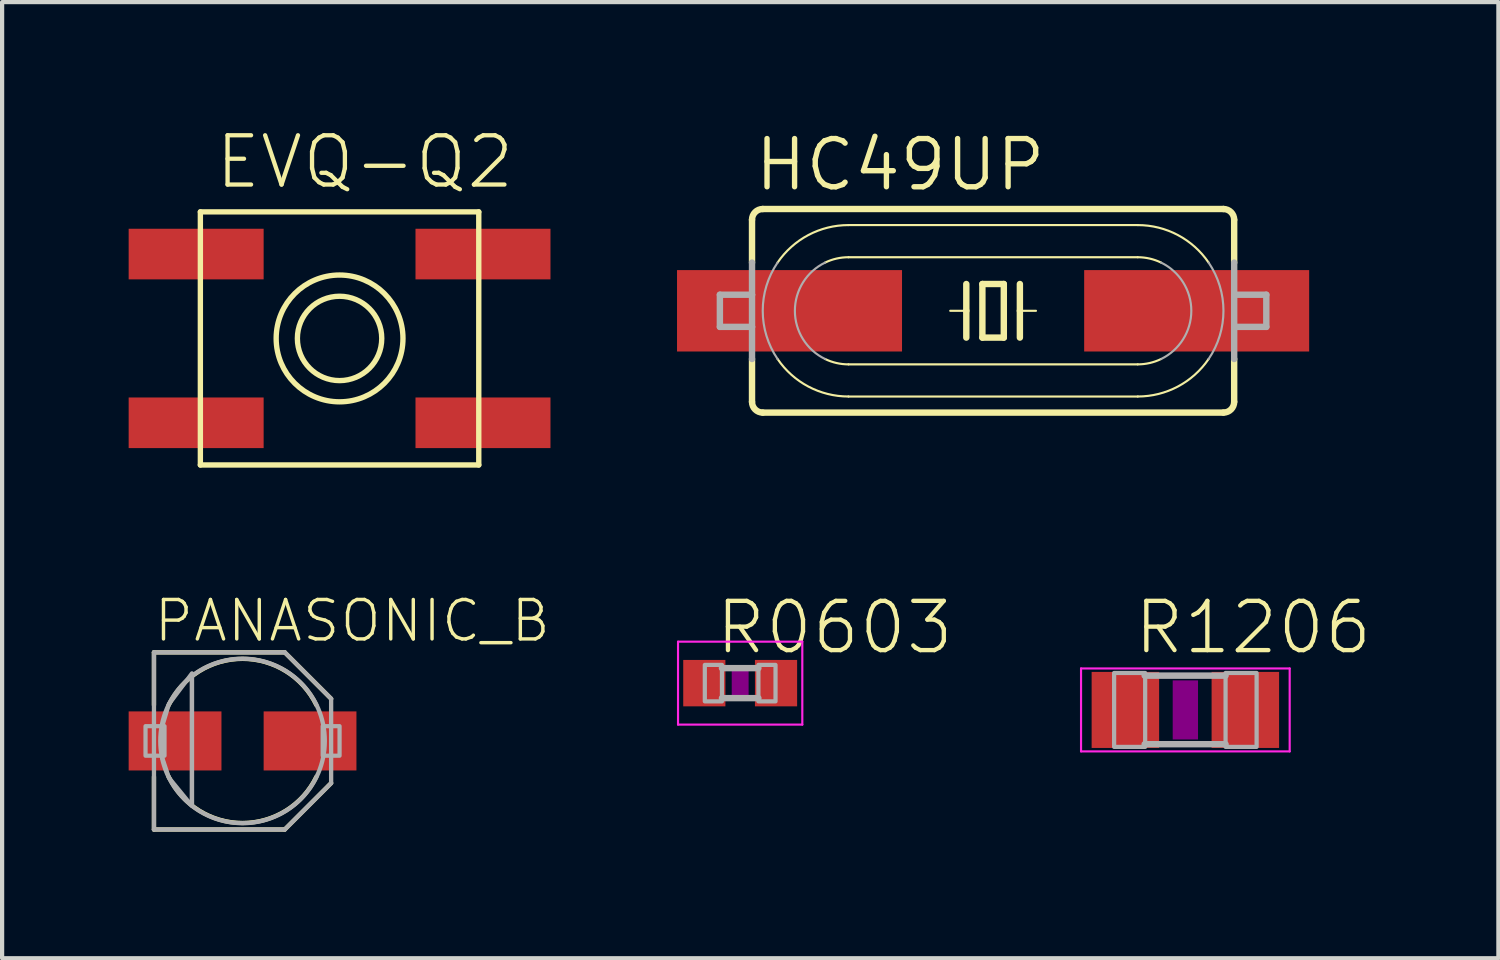
<source format=kicad_pcb>
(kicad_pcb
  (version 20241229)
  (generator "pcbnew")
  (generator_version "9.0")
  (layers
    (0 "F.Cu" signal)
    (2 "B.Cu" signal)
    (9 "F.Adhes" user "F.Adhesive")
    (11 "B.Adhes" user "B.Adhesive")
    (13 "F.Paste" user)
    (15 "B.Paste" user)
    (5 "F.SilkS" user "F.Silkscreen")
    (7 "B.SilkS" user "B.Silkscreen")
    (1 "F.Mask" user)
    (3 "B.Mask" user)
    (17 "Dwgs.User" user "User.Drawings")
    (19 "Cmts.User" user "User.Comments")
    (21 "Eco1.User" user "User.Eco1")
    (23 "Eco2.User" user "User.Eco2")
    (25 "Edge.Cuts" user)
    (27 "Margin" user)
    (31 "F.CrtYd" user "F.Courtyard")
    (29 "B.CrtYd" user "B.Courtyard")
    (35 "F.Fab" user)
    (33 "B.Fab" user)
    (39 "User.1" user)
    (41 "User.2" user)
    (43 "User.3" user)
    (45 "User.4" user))
  (footprint "PANASONIC_B"
    (layer "F.Cu")
    (at 2.7 14.515)
    (property "Reference" "PANASONIC_B" (at -2.15 -2.3 0) (layer "F.SilkS") (effects (font (size 0.935 0.935) (thickness 0.081)) (justify left bottom)))
    (fp_line (start -2.1 -2.1) (end 1 -2.1) (stroke (width 0.102) (type solid)) (layer "F.SilkS"))
    (fp_line (start -2.1 -0.85) (end -2.1 -2.1) (stroke (width 0.102) (type solid)) (layer "F.SilkS"))
    (fp_line (start -2.1 2.1) (end -2.1 0.85) (stroke (width 0.102) (type solid)) (layer "F.SilkS"))
    (fp_line (start 1 -2.1) (end 2.1 -1) (stroke (width 0.102) (type solid)) (layer "F.SilkS"))
    (fp_line (start 1 2.1) (end -2.1 2.1) (stroke (width 0.102) (type solid)) (layer "F.SilkS"))
    (fp_line (start 2.1 1) (end 1 2.1) (stroke (width 0.102) (type solid)) (layer "F.SilkS"))
    (fp_arc (start -1.75 -0.85) (mid 0 -1.945508) (end 1.75 -0.85) (stroke (width 0.1016) (type solid)) (layer "F.SilkS"))
    (fp_arc (start 1.75 0.85) (mid 0 1.945508) (end -1.75 0.85) (stroke (width 0.1016) (type solid)) (layer "F.SilkS"))
    (fp_line (start -2.1 -2.1) (end 1 -2.1) (stroke (width 0.102) (type solid)) (layer "F.Fab"))
    (fp_line (start -2.1 2.1) (end -2.1 -2.1) (stroke (width 0.102) (type solid)) (layer "F.Fab"))
    (fp_line (start -1.2 -1.5) (end -1.2 1.5) (stroke (width 0.102) (type solid)) (layer "F.Fab"))
    (fp_line (start 1 -2.1) (end 2.1 -1) (stroke (width 0.102) (type solid)) (layer "F.Fab"))
    (fp_line (start 1 2.1) (end -2.1 2.1) (stroke (width 0.102) (type solid)) (layer "F.Fab"))
    (fp_line (start 2.1 -1) (end 2.1 1) (stroke (width 0.102) (type solid)) (layer "F.Fab"))
    (fp_line (start 2.1 1) (end 1 2.1) (stroke (width 0.102) (type solid)) (layer "F.Fab"))
    (fp_circle (center 0 0) (end 1.95 0) (stroke (width 0.102) (type solid)) (fill no) (layer "F.Fab"))
    (fp_poly (pts (xy -2.3 0.35) (xy -1.85 0.35) (xy -1.85 -0.35) (xy -2.3 -0.35)) (stroke (width 0.1) (type solid)) (fill no) (layer "F.Fab"))
    (fp_poly (pts (xy 1.9 0.35) (xy 2.3 0.35) (xy 2.3 -0.35) (xy 1.9 -0.35)) (stroke (width 0.1) (type solid)) (fill no) (layer "F.Fab"))
    (fp_poly (pts (xy -1.199 1.542) (xy -1.745 0.875) (xy -1.901 0.408) (xy -1.901 -0.357) (xy -1.746 -0.873) (xy -1.199 -1.602)) (stroke (width 0.1) (type solid)) (fill no) (layer "F.Fab"))
    (pad "+" smd rect (at 1.6 0) (size 2.2 1.4) (layers "F.Cu" "F.Mask" "F.Paste"))
    (pad "-" smd rect (at -1.6 0) (size 2.2 1.4) (layers "F.Cu" "F.Mask" "F.Paste")))
  (footprint "R0603"
    (layer "F.Cu")
    (at 14.497 13.145)
    (property "Reference" "R0603" (at -0.635 -0.635 0) (layer "F.SilkS") (effects (font (size 1.168 1.168) (thickness 0.102)) (justify left bottom)))
    (fp_poly (pts (xy -0.2 0.4) (xy 0.2 0.4) (xy 0.2 -0.4) (xy -0.2 -0.4)) (stroke (width 0) (type solid)) (fill yes) (layer "F.Adhes"))
    (fp_line (start -1.473 -0.983) (end 1.473 -0.983) (stroke (width 0.051) (type solid)) (layer "F.CrtYd"))
    (fp_line (start -1.473 0.983) (end -1.473 -0.983) (stroke (width 0.051) (type solid)) (layer "F.CrtYd"))
    (fp_line (start 1.473 -0.983) (end 1.473 0.983) (stroke (width 0.051) (type solid)) (layer "F.CrtYd"))
    (fp_line (start 1.473 0.983) (end -1.473 0.983) (stroke (width 0.051) (type solid)) (layer "F.CrtYd"))
    (fp_line (start -0.432 0.356) (end 0.432 0.356) (stroke (width 0.152) (type solid)) (layer "F.Fab"))
    (fp_line (start 0.432 -0.356) (end -0.432 -0.356) (stroke (width 0.152) (type solid)) (layer "F.Fab"))
    (fp_poly (pts (xy -0.838 0.432) (xy -0.432 0.432) (xy -0.432 -0.432) (xy -0.838 -0.432)) (stroke (width 0.1) (type solid)) (fill no) (layer "F.Fab"))
    (fp_poly (pts (xy 0.432 0.432) (xy 0.838 0.432) (xy 0.838 -0.432) (xy 0.432 -0.432)) (stroke (width 0.1) (type solid)) (fill no) (layer "F.Fab"))
    (pad "1" smd rect (at -0.85 0) (size 1 1.1) (layers "F.Cu" "F.Mask" "F.Paste"))
    (pad "2" smd rect (at 0.85 0) (size 1 1.1) (layers "F.Cu" "F.Mask" "F.Paste")))
  (footprint "HC49UP"
    (layer "F.Cu")
    (at 20.493 4.318)
    (property "Reference" "HC49UP" (at -5.715 -2.794 0) (layer "F.SilkS") (effects (font (size 1.143 1.143) (thickness 0.127)) (justify left bottom)))
    (fp_line (start -5.715 -1.143) (end -5.715 -2.159) (stroke (width 0.152) (type solid)) (layer "F.SilkS"))
    (fp_line (start -5.715 2.159) (end -5.715 1.143) (stroke (width 0.152) (type solid)) (layer "F.SilkS"))
    (fp_line (start -3.429 -2.032) (end 3.429 -2.032) (stroke (width 0.051) (type solid)) (layer "F.SilkS"))
    (fp_line (start -3.429 -1.27) (end 3.429 -1.27) (stroke (width 0.051) (type solid)) (layer "F.SilkS"))
    (fp_line (start -0.635 -0.635) (end -0.635 0) (stroke (width 0.152) (type solid)) (layer "F.SilkS"))
    (fp_line (start -0.635 0) (end -1.016 0) (stroke (width 0.051) (type solid)) (layer "F.SilkS"))
    (fp_line (start -0.635 0) (end -0.635 0.635) (stroke (width 0.152) (type solid)) (layer "F.SilkS"))
    (fp_line (start -0.254 -0.635) (end -0.254 0.635) (stroke (width 0.152) (type solid)) (layer "F.SilkS"))
    (fp_line (start -0.254 0.635) (end 0.254 0.635) (stroke (width 0.152) (type solid)) (layer "F.SilkS"))
    (fp_line (start 0.254 -0.635) (end -0.254 -0.635) (stroke (width 0.152) (type solid)) (layer "F.SilkS"))
    (fp_line (start 0.254 0.635) (end 0.254 -0.635) (stroke (width 0.152) (type solid)) (layer "F.SilkS"))
    (fp_line (start 0.635 -0.635) (end 0.635 0) (stroke (width 0.152) (type solid)) (layer "F.SilkS"))
    (fp_line (start 0.635 0) (end 0.635 0.635) (stroke (width 0.152) (type solid)) (layer "F.SilkS"))
    (fp_line (start 0.635 0) (end 1.016 0) (stroke (width 0.051) (type solid)) (layer "F.SilkS"))
    (fp_line (start 3.429 1.27) (end -3.429 1.27) (stroke (width 0.051) (type solid)) (layer "F.SilkS"))
    (fp_line (start 3.429 2.032) (end -3.429 2.032) (stroke (width 0.051) (type solid)) (layer "F.SilkS"))
    (fp_line (start 5.461 -2.413) (end -5.461 -2.413) (stroke (width 0.152) (type solid)) (layer "F.SilkS"))
    (fp_line (start 5.461 2.413) (end -5.461 2.413) (stroke (width 0.152) (type solid)) (layer "F.SilkS"))
    (fp_line (start 5.715 -1.143) (end 5.715 -2.159) (stroke (width 0.152) (type solid)) (layer "F.SilkS"))
    (fp_line (start 5.715 2.159) (end 5.715 1.143) (stroke (width 0.152) (type solid)) (layer "F.SilkS"))
    (fp_arc (start -5.715 -2.159) (mid -5.640605 -2.338605) (end -5.461 -2.413) (stroke (width 0.1524) (type solid)) (layer "F.SilkS"))
    (fp_arc (start -5.461 2.413) (mid -5.640605 2.338605) (end -5.715 2.159) (stroke (width 0.1524) (type solid)) (layer "F.SilkS"))
    (fp_arc (start -5.1091 -1.143) (mid -4.379417 -1.796107) (end -3.429 -2.032101) (stroke (width 0.0508) (type solid)) (layer "F.SilkS"))
    (fp_arc (start -3.9826 -1.143) (mid -3.712991 -1.237845) (end -3.429 -1.27) (stroke (width 0.0508) (type solid)) (layer "F.SilkS"))
    (fp_arc (start -3.429 1.27) (mid -3.712991 1.237845) (end -3.9826 1.143) (stroke (width 0.0508) (type solid)) (layer "F.SilkS"))
    (fp_arc (start -3.429 2.032001) (mid -4.379408 1.796063) (end -5.1091 1.143) (stroke (width 0.0508) (type solid)) (layer "F.SilkS"))
    (fp_arc (start 3.429 -2.032) (mid 4.379408 -1.796062) (end 5.1091 -1.142999) (stroke (width 0.0508) (type solid)) (layer "F.SilkS"))
    (fp_arc (start 3.429 -1.27) (mid 3.712991 -1.237845) (end 3.9826 -1.143) (stroke (width 0.0508) (type solid)) (layer "F.SilkS"))
    (fp_arc (start 3.9826 1.143) (mid 3.712991 1.237845) (end 3.429 1.27) (stroke (width 0.0508) (type solid)) (layer "F.SilkS"))
    (fp_arc (start 5.109 1.142899) (mid 4.379368 1.795994) (end 3.429 2.032) (stroke (width 0.0508) (type solid)) (layer "F.SilkS"))
    (fp_arc (start 5.461 -2.413) (mid 5.640605 -2.338605) (end 5.715 -2.159) (stroke (width 0.1524) (type solid)) (layer "F.SilkS"))
    (fp_arc (start 5.715 2.159) (mid 5.640605 2.338605) (end 5.461 2.413) (stroke (width 0.1524) (type solid)) (layer "F.SilkS"))
    (fp_line (start -6.477 0.381) (end -6.477 -0.381) (stroke (width 0.152) (type solid)) (layer "F.Fab"))
    (fp_line (start -5.715 -0.381) (end -6.477 -0.381) (stroke (width 0.152) (type solid)) (layer "F.Fab"))
    (fp_line (start -5.715 -0.381) (end -5.715 -1.143) (stroke (width 0.152) (type solid)) (layer "F.Fab"))
    (fp_line (start -5.715 0.381) (end -6.477 0.381) (stroke (width 0.152) (type solid)) (layer "F.Fab"))
    (fp_line (start -5.715 0.381) (end -5.715 -0.381) (stroke (width 0.152) (type solid)) (layer "F.Fab"))
    (fp_line (start -5.715 1.143) (end -5.715 0.381) (stroke (width 0.152) (type solid)) (layer "F.Fab"))
    (fp_line (start 5.715 -0.381) (end 6.477 -0.381) (stroke (width 0.152) (type solid)) (layer "F.Fab"))
    (fp_line (start 5.715 0.381) (end 6.477 0.381) (stroke (width 0.152) (type solid)) (layer "F.Fab"))
    (fp_line (start 5.715 1.143) (end 5.715 -1.143) (stroke (width 0.152) (type solid)) (layer "F.Fab"))
    (fp_line (start 6.477 0.381) (end 6.477 -0.381) (stroke (width 0.152) (type solid)) (layer "F.Fab"))
    (fp_arc (start -5.1091 1.143) (mid -5.46104 0) (end -5.1091 -1.143) (stroke (width 0.0508) (type solid)) (layer "F.Fab"))
    (fp_arc (start -3.9826 1.143) (mid -4.699009 0) (end -3.9826 -1.143) (stroke (width 0.0508) (type solid)) (layer "F.Fab"))
    (fp_arc (start 3.9826 -1.143) (mid 4.699009 0) (end 3.9826 1.143) (stroke (width 0.0508) (type solid)) (layer "F.Fab"))
    (fp_arc (start 5.1091 -1.143) (mid 5.46104 0) (end 5.1091 1.143) (stroke (width 0.0508) (type solid)) (layer "F.Fab"))
    (pad "1" smd rect (at -4.826 0) (size 5.334 1.93) (layers "F.Cu" "F.Mask" "F.Paste"))
    (pad "2" smd rect (at 4.826 0) (size 5.334 1.93) (layers "F.Cu" "F.Mask" "F.Paste"))
    (zone (net_name "") (layers "F.Cu" "B.Cu") (hatch edge 0.508) (connect_pads) (min_thickness 0.254) (filled_areas_thickness no) (keepout (tracks allowed) (vias not_allowed) (pads allowed) (copperpour allowed) (footprints allowed)) (placement (enabled no)) (fill) (polygon (pts (xy 13.889 7.366) (xy 27.097 7.366) (xy 27.097 1.27) (xy 13.889 1.27)))))
  (footprint "EVQ-Q2"
    (layer "F.Cu")
    (at 5 4.973)
    (property "Reference" "EVQ-Q2" (at -3 -3.5 0) (layer "F.SilkS") (effects (font (size 1.168 1.168) (thickness 0.102)) (justify left bottom)))
    (fp_line (start -3.3 -3) (end 3.3 -3) (stroke (width 0.127) (type solid)) (layer "F.SilkS"))
    (fp_line (start -3.3 3) (end -3.3 -3) (stroke (width 0.127) (type solid)) (layer "F.SilkS"))
    (fp_line (start 3.3 -3) (end 3.3 3) (stroke (width 0.127) (type solid)) (layer "F.SilkS"))
    (fp_line (start 3.3 3) (end -3.3 3) (stroke (width 0.127) (type solid)) (layer "F.SilkS"))
    (fp_circle (center 0 0) (end 1 0) (stroke (width 0.127) (type solid)) (fill no) (layer "F.SilkS"))
    (fp_circle (center 0 0) (end 1.503 0) (stroke (width 0.127) (type solid)) (fill no) (layer "F.SilkS"))
    (pad "A" smd rect (at -3.4 2) (size 3.2 1.2) (layers "F.Cu" "F.Mask" "F.Paste"))
    (pad "A'" smd rect (at 3.4 2) (size 3.2 1.2) (layers "F.Cu" "F.Mask" "F.Paste"))
    (pad "B" smd rect (at -3.4 -2) (size 3.2 1.2) (layers "F.Cu" "F.Mask" "F.Paste"))
    (pad "B'" smd rect (at 3.4 -2) (size 3.2 1.2) (layers "F.Cu" "F.Mask" "F.Paste")))
  (footprint "R1206"
    (layer "F.Cu")
    (at 25.051 13.78)
    (property "Reference" "R1206" (at -1.27 -1.27 0) (layer "F.SilkS") (effects (font (size 1.168 1.168) (thickness 0.102)) (justify left bottom)))
    (fp_poly (pts (xy -0.3 0.7) (xy 0.3 0.7) (xy 0.3 -0.7) (xy -0.3 -0.7)) (stroke (width 0) (type solid)) (fill yes) (layer "F.Adhes"))
    (fp_line (start -2.473 -0.983) (end 2.473 -0.983) (stroke (width 0.051) (type solid)) (layer "F.CrtYd"))
    (fp_line (start -2.473 0.983) (end -2.473 -0.983) (stroke (width 0.051) (type solid)) (layer "F.CrtYd"))
    (fp_line (start 2.473 -0.983) (end 2.473 0.983) (stroke (width 0.051) (type solid)) (layer "F.CrtYd"))
    (fp_line (start 2.473 0.983) (end -2.473 0.983) (stroke (width 0.051) (type solid)) (layer "F.CrtYd"))
    (fp_line (start 0.953 -0.813) (end -0.965 -0.813) (stroke (width 0.152) (type solid)) (layer "F.Fab"))
    (fp_line (start 0.953 0.813) (end -0.965 0.813) (stroke (width 0.152) (type solid)) (layer "F.Fab"))
    (fp_poly (pts (xy -1.689 0.876) (xy -0.953 0.876) (xy -0.953 -0.876) (xy -1.689 -0.876)) (stroke (width 0.1) (type solid)) (fill no) (layer "F.Fab"))
    (fp_poly (pts (xy 0.953 0.876) (xy 1.689 0.876) (xy 1.689 -0.876) (xy 0.953 -0.876)) (stroke (width 0.1) (type solid)) (fill no) (layer "F.Fab"))
    (pad "1" smd rect (at -1.422 0) (size 1.6 1.803) (layers "F.Cu" "F.Mask" "F.Paste"))
    (pad "2" smd rect (at 1.422 0) (size 1.6 1.803) (layers "F.Cu" "F.Mask" "F.Paste")))
  (gr_rect
    (start -3 -3)
    (end 32.472 19.666)
    (stroke (width 0.1) (type default))
    (fill no)
    (layer "Edge.Cuts")))
</source>
